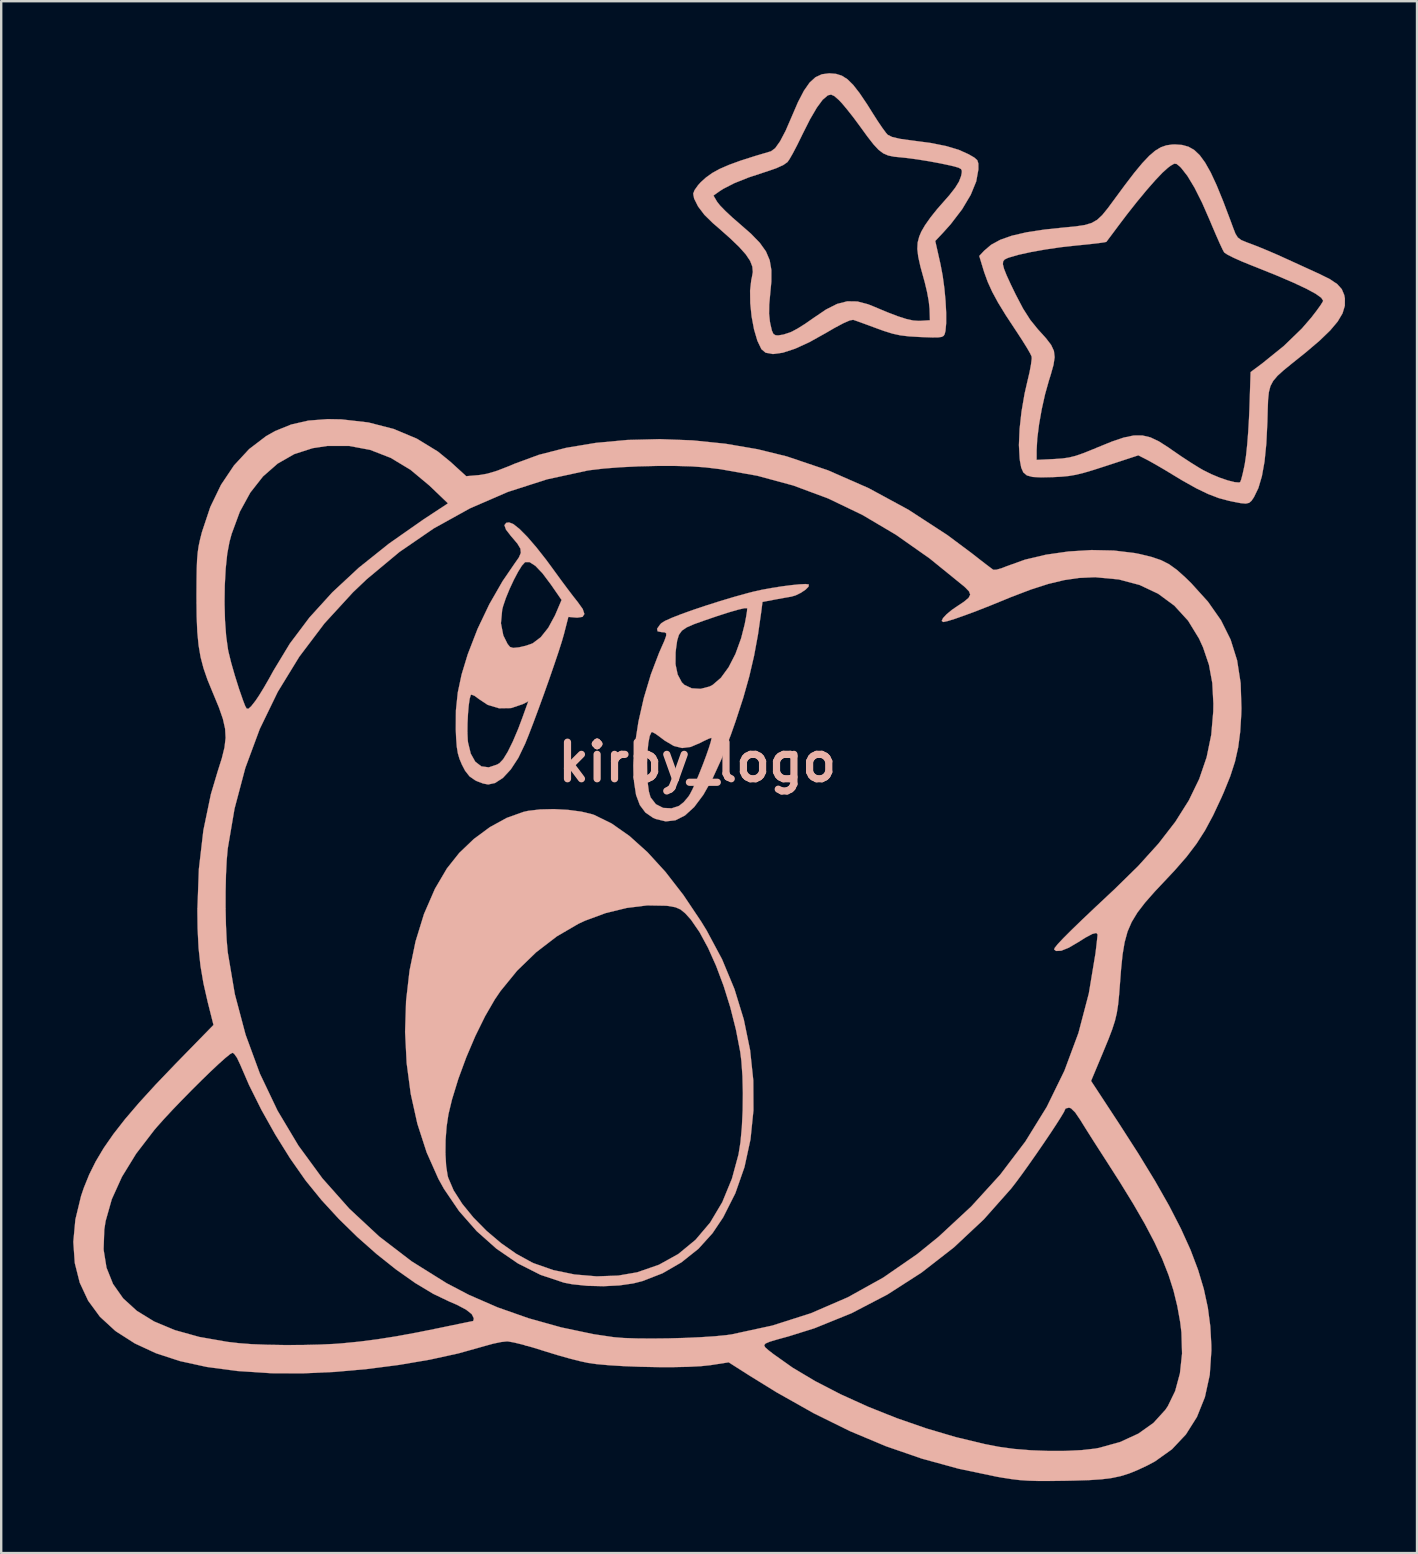
<source format=kicad_pcb>
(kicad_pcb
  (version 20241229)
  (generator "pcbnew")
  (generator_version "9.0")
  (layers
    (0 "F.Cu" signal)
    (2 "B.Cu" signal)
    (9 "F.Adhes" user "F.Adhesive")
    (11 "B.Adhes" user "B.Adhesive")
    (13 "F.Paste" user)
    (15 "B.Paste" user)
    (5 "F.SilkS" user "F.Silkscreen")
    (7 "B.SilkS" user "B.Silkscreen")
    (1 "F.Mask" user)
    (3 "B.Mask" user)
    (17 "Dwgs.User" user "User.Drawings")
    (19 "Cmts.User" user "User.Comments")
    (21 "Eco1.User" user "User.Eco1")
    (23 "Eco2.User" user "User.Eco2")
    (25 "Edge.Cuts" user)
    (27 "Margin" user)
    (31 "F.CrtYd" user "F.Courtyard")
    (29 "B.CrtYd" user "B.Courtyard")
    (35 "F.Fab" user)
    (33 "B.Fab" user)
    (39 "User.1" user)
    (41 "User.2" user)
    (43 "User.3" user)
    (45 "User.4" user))
  (footprint "kirby_logo"
    (layer "F.Cu")
    (at 26.001 28.707)
    (property "Reference" "kirby_logo" (at 0 0 0) (layer "B.SilkS") (effects (font (size 1.524 1.524) (thickness 0.3))))
    (attr through_hole)
    (fp_poly (pts (xy -5.383 1.986) (xy -4.831 2.059) (xy -4.376 2.169) (xy -4.292 2.198) (xy -3.566 2.555) (xy -2.826 3.074) (xy -2.076 3.748) (xy -1.325 4.57) (xy -0.577 5.535) (xy 0.161 6.636) (xy 0.391 7.011) (xy 1.034 8.212) (xy 1.55 9.453) (xy 1.939 10.718) (xy 2.201 11.992) (xy 2.335 13.259) (xy 2.341 14.505) (xy 2.218 15.714) (xy 1.967 16.871) (xy 1.586 17.96) (xy 1.077 18.967) (xy 0.635 19.625) (xy 0.049 20.273) (xy -0.658 20.837) (xy -1.448 21.294) (xy -2.285 21.619) (xy -2.667 21.716) (xy -3.244 21.799) (xy -3.905 21.832) (xy -4.582 21.816) (xy -5.208 21.751) (xy -5.555 21.684) (xy -6.527 21.36) (xy -7.47 20.884) (xy -8.364 20.272) (xy -9.189 19.538) (xy -9.926 18.7) (xy -10.555 17.774) (xy -10.786 17.357) (xy -11.254 16.304) (xy -10.492 16.304) (xy -10.463 16.818) (xy -10.399 17.231) (xy -10.377 17.311) (xy -10.151 17.839) (xy -9.792 18.401) (xy -9.326 18.972) (xy -8.779 19.526) (xy -8.175 20.038) (xy -7.541 20.483) (xy -6.903 20.834) (xy -6.81 20.877) (xy -6 21.161) (xy -5.11 21.344) (xy -4.191 21.422) (xy -3.294 21.39) (xy -2.507 21.254) (xy -1.597 20.939) (xy -0.786 20.488) (xy -0.074 19.901) (xy 0.537 19.181) (xy 1.043 18.33) (xy 1.445 17.351) (xy 1.719 16.342) (xy 1.8 15.835) (xy 1.858 15.208) (xy 1.892 14.509) (xy 1.9 13.785) (xy 1.883 13.084) (xy 1.839 12.453) (xy 1.79 12.065) (xy 1.61 11.135) (xy 1.377 10.213) (xy 1.099 9.322) (xy 0.786 8.487) (xy 0.449 7.733) (xy 0.096 7.082) (xy -0.263 6.56) (xy -0.499 6.298) (xy -0.694 6.138) (xy -0.907 6.044) (xy -1.206 5.99) (xy -1.298 5.98) (xy -2.086 5.966) (xy -2.94 6.072) (xy -3.816 6.286) (xy -4.669 6.601) (xy -4.953 6.733) (xy -5.85 7.256) (xy -6.712 7.918) (xy -7.506 8.687) (xy -8.197 9.534) (xy -8.434 9.882) (xy -8.841 10.585) (xy -9.245 11.405) (xy -9.623 12.292) (xy -9.955 13.193) (xy -10.22 14.058) (xy -10.366 14.665) (xy -10.443 15.176) (xy -10.486 15.739) (xy -10.492 16.304) (xy -11.254 16.304) (xy -11.277 16.251) (xy -11.661 15.065) (xy -11.938 13.819) (xy -12.108 12.536) (xy -12.173 11.237) (xy -12.132 9.944) (xy -11.987 8.68) (xy -11.737 7.465) (xy -11.385 6.323) (xy -10.929 5.274) (xy -10.432 4.429) (xy -9.918 3.781) (xy -9.309 3.199) (xy -8.64 2.705) (xy -7.941 2.321) (xy -7.244 2.071) (xy -7.048 2.027) (xy -6.548 1.967) (xy -5.974 1.954) (xy -5.383 1.986)) (stroke (width 0.01) (type solid)) (fill yes) (layer "B.SilkS"))
    (fp_poly (pts (xy -7.66 -9.92) (xy -7.403 -9.715) (xy -7.08 -9.389) (xy -6.703 -8.952) (xy -6.282 -8.416) (xy -5.971 -7.992) (xy -5.691 -7.607) (xy -5.412 -7.232) (xy -5.167 -6.91) (xy -4.987 -6.682) (xy -4.982 -6.676) (xy -4.771 -6.381) (xy -4.703 -6.175) (xy -4.778 -6.056) (xy -4.996 -6.023) (xy -5.067 -6.027) (xy -5.37 -6.054) (xy -5.555 -5.334) (xy -5.644 -5.025) (xy -5.783 -4.59) (xy -5.961 -4.062) (xy -6.165 -3.471) (xy -6.385 -2.851) (xy -6.61 -2.233) (xy -6.827 -1.649) (xy -7.026 -1.131) (xy -7.172 -0.77) (xy -7.455 -0.18) (xy -7.768 0.299) (xy -8.096 0.653) (xy -8.426 0.867) (xy -8.712 0.928) (xy -8.928 0.886) (xy -9.19 0.786) (xy -9.257 0.752) (xy -9.489 0.59) (xy -9.674 0.353) (xy -9.806 0.1) (xy -9.907 -0.14) (xy -9.975 -0.373) (xy -10.019 -0.644) (xy -10.046 -1.002) (xy -10.056 -1.242) (xy -9.576 -1.242) (xy -9.562 -0.925) (xy -9.552 -0.828) (xy -9.437 -0.356) (xy -9.248 -0.02) (xy -8.995 0.173) (xy -8.688 0.214) (xy -8.34 0.098) (xy -8.24 0.039) (xy -8.084 -0.127) (xy -7.895 -0.435) (xy -7.683 -0.865) (xy -7.458 -1.395) (xy -7.291 -1.84) (xy -7.04 -2.538) (xy -7.269 -2.419) (xy -7.758 -2.255) (xy -8.258 -2.247) (xy -8.735 -2.391) (xy -9.096 -2.631) (xy -9.277 -2.765) (xy -9.405 -2.815) (xy -9.435 -2.802) (xy -9.482 -2.646) (xy -9.522 -2.366) (xy -9.553 -2.008) (xy -9.572 -1.618) (xy -9.576 -1.242) (xy -10.056 -1.242) (xy -10.061 -1.37) (xy -10.055 -2.162) (xy -9.978 -2.903) (xy -9.818 -3.656) (xy -9.567 -4.482) (xy -9.561 -4.5) (xy -9.154 -5.552) (xy -9.041 -5.789) (xy -8.18 -5.789) (xy -8.081 -5.283) (xy -7.903 -4.925) (xy -7.8 -4.802) (xy -7.668 -4.762) (xy -7.44 -4.785) (xy -7.423 -4.787) (xy -7.139 -4.853) (xy -6.888 -4.941) (xy -6.849 -4.959) (xy -6.52 -5.208) (xy -6.207 -5.602) (xy -5.929 -6.114) (xy -5.891 -6.201) (xy -5.653 -6.76) (xy -6.099 -7.405) (xy -6.446 -7.868) (xy -6.742 -8.179) (xy -6.983 -8.335) (xy -7.167 -8.335) (xy -7.182 -8.326) (xy -7.305 -8.191) (xy -7.465 -7.935) (xy -7.642 -7.599) (xy -7.818 -7.222) (xy -7.973 -6.845) (xy -8.088 -6.506) (xy -8.127 -6.355) (xy -8.18 -5.789) (xy -9.041 -5.789) (xy -8.662 -6.584) (xy -8.111 -7.544) (xy -7.61 -8.276) (xy -7.433 -8.529) (xy -7.35 -8.722) (xy -7.369 -8.9) (xy -7.494 -9.108) (xy -7.731 -9.388) (xy -7.759 -9.419) (xy -7.969 -9.691) (xy -8.035 -9.876) (xy -7.958 -9.974) (xy -7.841 -9.991) (xy -7.66 -9.92)) (stroke (width 0.01) (type solid)) (fill yes) (layer "B.SilkS"))
    (fp_poly (pts (xy 4.642 -7.407) (xy 4.647 -7.403) (xy 4.637 -7.315) (xy 4.513 -7.19) (xy 4.319 -7.059) (xy 4.096 -6.95) (xy 3.915 -6.898) (xy 3.637 -6.85) (xy 3.3 -6.789) (xy 3.158 -6.762) (xy 2.718 -6.678) (xy 2.668 -6.281) (xy 2.531 -5.323) (xy 2.368 -4.437) (xy 2.167 -3.574) (xy 1.917 -2.686) (xy 1.604 -1.725) (xy 1.399 -1.141) (xy 1.014 -0.143) (xy 0.633 0.689) (xy 0.253 1.359) (xy -0.128 1.868) (xy -0.514 2.22) (xy -0.908 2.419) (xy -1.312 2.466) (xy -1.729 2.366) (xy -1.844 2.315) (xy -2.16 2.097) (xy -2.392 1.787) (xy -2.549 1.367) (xy -2.634 0.822) (xy -2.656 0.135) (xy -2.656 0.127) (xy -2.648 0.012) (xy -2.092 0.012) (xy -2.088 0.456) (xy -2.063 0.871) (xy -2.016 1.219) (xy -1.947 1.461) (xy -1.944 1.466) (xy -1.725 1.749) (xy -1.421 1.904) (xy -1.068 1.921) (xy -0.761 1.82) (xy -0.568 1.668) (xy -0.371 1.436) (xy -0.305 1.333) (xy -0.195 1.121) (xy -0.061 0.822) (xy 0.086 0.469) (xy 0.235 0.093) (xy 0.372 -0.273) (xy 0.485 -0.598) (xy 0.563 -0.848) (xy 0.594 -0.993) (xy 0.586 -1.016) (xy 0.478 -0.979) (xy 0.274 -0.884) (xy 0.119 -0.804) (xy -0.278 -0.635) (xy -0.631 -0.591) (xy -0.978 -0.678) (xy -1.358 -0.902) (xy -1.545 -1.044) (xy -1.738 -1.184) (xy -1.873 -1.255) (xy -1.905 -1.256) (xy -1.981 -1.093) (xy -2.038 -0.801) (xy -2.075 -0.42) (xy -2.092 0.012) (xy -2.648 0.012) (xy -2.598 -0.741) (xy -2.45 -1.694) (xy -2.225 -2.682) (xy -1.934 -3.654) (xy -1.773 -4.079) (xy -0.906 -4.079) (xy -0.816 -3.653) (xy -0.644 -3.329) (xy -0.537 -3.222) (xy -0.229 -3.079) (xy 0.14 -3.057) (xy 0.513 -3.154) (xy 0.647 -3.225) (xy 0.988 -3.52) (xy 1.307 -3.958) (xy 1.592 -4.514) (xy 1.828 -5.164) (xy 1.978 -5.754) (xy 2.036 -6.059) (xy 2.073 -6.292) (xy 2.081 -6.41) (xy 2.079 -6.416) (xy 1.971 -6.417) (xy 1.719 -6.36) (xy 1.335 -6.25) (xy 0.834 -6.089) (xy 0.323 -5.915) (xy -0.122 -5.756) (xy -0.434 -5.621) (xy -0.639 -5.482) (xy -0.764 -5.308) (xy -0.837 -5.069) (xy -0.884 -4.737) (xy -0.902 -4.572) (xy -0.906 -4.079) (xy -1.773 -4.079) (xy -1.589 -4.561) (xy -1.514 -4.732) (xy -1.37 -5.058) (xy -1.297 -5.26) (xy -1.293 -5.368) (xy -1.357 -5.411) (xy -1.482 -5.419) (xy -1.653 -5.454) (xy -1.674 -5.56) (xy -1.545 -5.742) (xy -1.494 -5.795) (xy -1.345 -5.888) (xy -1.059 -6.016) (xy -0.662 -6.171) (xy -0.179 -6.344) (xy 0.363 -6.526) (xy 0.939 -6.709) (xy 1.523 -6.884) (xy 2.088 -7.041) (xy 2.331 -7.104) (xy 2.684 -7.183) (xy 3.088 -7.257) (xy 3.509 -7.324) (xy 3.91 -7.376) (xy 4.257 -7.411) (xy 4.512 -7.423) (xy 4.642 -7.407)) (stroke (width 0.01) (type solid)) (fill yes) (layer "B.SilkS"))
    (fp_poly (pts (xy 5.779 -28.68) (xy 6.023 -28.604) (xy 6.256 -28.456) (xy 6.497 -28.219) (xy 6.764 -27.876) (xy 7.078 -27.41) (xy 7.304 -27.049) (xy 7.516 -26.716) (xy 7.713 -26.426) (xy 7.867 -26.218) (xy 7.935 -26.141) (xy 8.118 -26.05) (xy 8.455 -25.971) (xy 8.936 -25.905) (xy 9.728 -25.8) (xy 10.373 -25.671) (xy 10.894 -25.515) (xy 11.303 -25.331) (xy 11.542 -25.193) (xy 11.667 -25.083) (xy 11.712 -24.945) (xy 11.713 -24.727) (xy 11.713 -24.698) (xy 11.623 -24.199) (xy 11.394 -23.64) (xy 11.036 -23.039) (xy 10.558 -22.415) (xy 10.236 -22.056) (xy 9.916 -21.717) (xy 10.135 -20.743) (xy 10.225 -20.266) (xy 10.296 -19.745) (xy 10.345 -19.218) (xy 10.371 -18.722) (xy 10.371 -18.294) (xy 10.342 -17.971) (xy 10.307 -17.833) (xy 10.265 -17.764) (xy 10.187 -17.721) (xy 10.042 -17.7) (xy 9.799 -17.697) (xy 9.426 -17.71) (xy 9.291 -17.715) (xy 8.825 -17.742) (xy 8.462 -17.785) (xy 8.132 -17.857) (xy 7.769 -17.971) (xy 7.493 -18.071) (xy 7.128 -18.206) (xy 6.811 -18.322) (xy 6.583 -18.403) (xy 6.496 -18.432) (xy 6.355 -18.407) (xy 6.091 -18.292) (xy 5.719 -18.094) (xy 5.353 -17.881) (xy 4.673 -17.502) (xy 4.074 -17.228) (xy 3.565 -17.062) (xy 3.153 -17.006) (xy 2.848 -17.062) (xy 2.672 -17.21) (xy 2.504 -17.562) (xy 2.366 -18.031) (xy 2.265 -18.569) (xy 2.208 -19.125) (xy 2.201 -19.65) (xy 2.251 -20.094) (xy 2.274 -20.191) (xy 2.315 -20.424) (xy 2.295 -20.651) (xy 2.203 -20.888) (xy 2.026 -21.153) (xy 1.752 -21.461) (xy 1.37 -21.829) (xy 0.868 -22.274) (xy 0.646 -22.465) (xy 0.299 -22.805) (xy 0.033 -23.156) (xy -0.13 -23.482) (xy -0.154 -23.609) (xy 0.675 -23.609) (xy 0.825 -23.353) (xy 0.949 -23.196) (xy 1.173 -22.966) (xy 1.462 -22.696) (xy 1.734 -22.46) (xy 2.235 -22.022) (xy 2.606 -21.64) (xy 2.862 -21.282) (xy 3.018 -20.915) (xy 3.088 -20.507) (xy 3.087 -20.026) (xy 3.043 -19.554) (xy 2.998 -19.064) (xy 2.992 -18.684) (xy 3.027 -18.356) (xy 3.046 -18.255) (xy 3.109 -17.985) (xy 3.173 -17.843) (xy 3.265 -17.789) (xy 3.372 -17.782) (xy 3.592 -17.818) (xy 3.865 -17.907) (xy 3.943 -17.94) (xy 4.184 -18.07) (xy 4.493 -18.264) (xy 4.808 -18.483) (xy 4.832 -18.5) (xy 5.364 -18.861) (xy 5.826 -19.094) (xy 6.249 -19.203) (xy 6.668 -19.197) (xy 7.112 -19.081) (xy 7.324 -18.997) (xy 7.903 -18.754) (xy 8.357 -18.58) (xy 8.712 -18.466) (xy 8.995 -18.404) (xy 9.232 -18.387) (xy 9.307 -18.39) (xy 9.694 -18.415) (xy 9.679 -18.889) (xy 9.647 -19.196) (xy 9.575 -19.591) (xy 9.477 -20.002) (xy 9.447 -20.11) (xy 9.299 -20.647) (xy 9.207 -21.06) (xy 9.169 -21.383) (xy 9.183 -21.652) (xy 9.248 -21.9) (xy 9.337 -22.111) (xy 9.49 -22.374) (xy 9.723 -22.704) (xy 9.998 -23.048) (xy 10.15 -23.221) (xy 10.502 -23.621) (xy 10.748 -23.936) (xy 10.906 -24.193) (xy 10.993 -24.423) (xy 11.019 -24.551) (xy 11.024 -24.643) (xy 10.991 -24.712) (xy 10.891 -24.769) (xy 10.697 -24.826) (xy 10.381 -24.897) (xy 10.118 -24.952) (xy 9.65 -25.039) (xy 9.158 -25.118) (xy 8.713 -25.177) (xy 8.509 -25.198) (xy 8.201 -25.228) (xy 7.957 -25.278) (xy 7.751 -25.367) (xy 7.555 -25.515) (xy 7.343 -25.743) (xy 7.088 -26.071) (xy 6.775 -26.501) (xy 6.514 -26.854) (xy 6.254 -27.184) (xy 6.031 -27.451) (xy 5.902 -27.588) (xy 5.709 -27.756) (xy 5.575 -27.816) (xy 5.452 -27.788) (xy 5.431 -27.777) (xy 5.225 -27.601) (xy 4.982 -27.272) (xy 4.698 -26.786) (xy 4.372 -26.14) (xy 4.342 -26.077) (xy 4.159 -25.705) (xy 3.986 -25.374) (xy 3.842 -25.124) (xy 3.76 -25.005) (xy 3.589 -24.884) (xy 3.288 -24.747) (xy 2.892 -24.61) (xy 2.845 -24.596) (xy 2.14 -24.364) (xy 1.543 -24.125) (xy 1.081 -23.888) (xy 0.926 -23.788) (xy 0.675 -23.609) (xy -0.154 -23.609) (xy -0.169 -23.689) (xy -0.112 -23.837) (xy 0.033 -24.04) (xy 0.148 -24.167) (xy 0.372 -24.369) (xy 0.626 -24.55) (xy 0.933 -24.719) (xy 1.317 -24.886) (xy 1.799 -25.062) (xy 2.403 -25.255) (xy 3.072 -25.454) (xy 3.246 -25.582) (xy 3.45 -25.869) (xy 3.682 -26.31) (xy 3.93 -26.883) (xy 4.198 -27.504) (xy 4.444 -27.977) (xy 4.682 -28.317) (xy 4.927 -28.54) (xy 5.193 -28.663) (xy 5.494 -28.702) (xy 5.506 -28.702) (xy 5.779 -28.68)) (stroke (width 0.01) (type solid)) (fill yes) (layer "B.SilkS"))
    (fp_poly (pts (xy 20.204 -25.717) (xy 20.466 -25.644) (xy 20.707 -25.507) (xy 20.935 -25.291) (xy 21.16 -24.983) (xy 21.392 -24.571) (xy 21.639 -24.04) (xy 21.91 -23.377) (xy 22.216 -22.569) (xy 22.327 -22.267) (xy 22.424 -22.018) (xy 22.522 -21.862) (xy 22.666 -21.755) (xy 22.904 -21.656) (xy 23.038 -21.607) (xy 23.354 -21.486) (xy 23.759 -21.319) (xy 24.19 -21.133) (xy 24.426 -21.026) (xy 24.863 -20.827) (xy 25.329 -20.614) (xy 25.751 -20.421) (xy 25.925 -20.341) (xy 26.365 -20.122) (xy 26.666 -19.919) (xy 26.854 -19.709) (xy 26.956 -19.466) (xy 26.983 -19.326) (xy 26.981 -19.018) (xy 26.885 -18.702) (xy 26.685 -18.364) (xy 26.37 -17.99) (xy 25.929 -17.564) (xy 25.353 -17.074) (xy 25.246 -16.988) (xy 24.782 -16.617) (xy 24.43 -16.33) (xy 24.172 -16.096) (xy 23.995 -15.885) (xy 23.881 -15.67) (xy 23.816 -15.419) (xy 23.783 -15.104) (xy 23.768 -14.694) (xy 23.754 -14.177) (xy 23.71 -13.276) (xy 23.635 -12.527) (xy 23.525 -11.915) (xy 23.38 -11.425) (xy 23.195 -11.043) (xy 23.193 -11.04) (xy 23.094 -10.893) (xy 22.994 -10.807) (xy 22.854 -10.775) (xy 22.639 -10.794) (xy 22.309 -10.858) (xy 22.149 -10.892) (xy 21.726 -11.005) (xy 21.282 -11.175) (xy 20.787 -11.414) (xy 20.21 -11.738) (xy 19.812 -11.978) (xy 19.457 -12.193) (xy 19.111 -12.395) (xy 18.83 -12.553) (xy 18.734 -12.604) (xy 18.377 -12.786) (xy 17.041 -12.348) (xy 16.518 -12.179) (xy 16.112 -12.059) (xy 15.781 -11.977) (xy 15.484 -11.926) (xy 15.178 -11.896) (xy 14.822 -11.878) (xy 14.817 -11.878) (xy 14.324 -11.867) (xy 13.972 -11.885) (xy 13.736 -11.948) (xy 13.587 -12.071) (xy 13.499 -12.269) (xy 13.445 -12.556) (xy 13.432 -12.66) (xy 13.402 -13.215) (xy 13.43 -13.881) (xy 13.51 -14.609) (xy 13.637 -15.351) (xy 13.757 -15.875) (xy 13.845 -16.249) (xy 13.906 -16.576) (xy 13.935 -16.813) (xy 13.932 -16.899) (xy 13.87 -17.033) (xy 13.731 -17.274) (xy 13.534 -17.59) (xy 13.3 -17.949) (xy 13.257 -18.013) (xy 12.85 -18.631) (xy 12.533 -19.149) (xy 12.29 -19.598) (xy 12.103 -20.009) (xy 11.956 -20.413) (xy 11.925 -20.512) (xy 11.854 -20.748) (xy 12.733 -20.748) (xy 12.78 -20.561) (xy 12.889 -20.285) (xy 13.067 -19.898) (xy 13.266 -19.488) (xy 13.576 -18.897) (xy 13.876 -18.427) (xy 14.193 -18.036) (xy 14.22 -18.007) (xy 14.533 -17.661) (xy 14.744 -17.385) (xy 14.86 -17.136) (xy 14.89 -16.874) (xy 14.843 -16.556) (xy 14.727 -16.141) (xy 14.647 -15.887) (xy 14.491 -15.33) (xy 14.352 -14.706) (xy 14.24 -14.071) (xy 14.166 -13.484) (xy 14.14 -13.007) (xy 14.139 -12.595) (xy 14.88 -12.632) (xy 15.21 -12.655) (xy 15.489 -12.695) (xy 15.765 -12.764) (xy 16.085 -12.875) (xy 16.496 -13.04) (xy 16.663 -13.11) (xy 17.275 -13.359) (xy 17.771 -13.527) (xy 18.182 -13.612) (xy 18.54 -13.615) (xy 18.879 -13.535) (xy 19.23 -13.369) (xy 19.626 -13.117) (xy 19.78 -13.008) (xy 20.163 -12.745) (xy 20.566 -12.481) (xy 20.929 -12.256) (xy 21.085 -12.166) (xy 21.417 -12.001) (xy 21.77 -11.854) (xy 22.106 -11.74) (xy 22.388 -11.669) (xy 22.575 -11.654) (xy 22.621 -11.672) (xy 22.662 -11.775) (xy 22.722 -12.003) (xy 22.79 -12.313) (xy 22.816 -12.446) (xy 22.865 -12.776) (xy 22.913 -13.229) (xy 22.955 -13.76) (xy 22.988 -14.322) (xy 23.005 -14.71) (xy 23.055 -16.255) (xy 23.529 -16.608) (xy 24.435 -17.339) (xy 25.187 -18.066) (xy 25.585 -18.526) (xy 25.8 -18.805) (xy 25.967 -19.037) (xy 26.063 -19.19) (xy 26.077 -19.227) (xy 26 -19.35) (xy 25.767 -19.517) (xy 25.376 -19.729) (xy 24.827 -19.986) (xy 24.119 -20.289) (xy 23.249 -20.639) (xy 23.073 -20.708) (xy 22.681 -20.868) (xy 22.342 -21.02) (xy 22.09 -21.148) (xy 21.96 -21.235) (xy 21.954 -21.241) (xy 21.886 -21.365) (xy 21.769 -21.615) (xy 21.617 -21.959) (xy 21.443 -22.365) (xy 21.363 -22.557) (xy 21.032 -23.313) (xy 20.716 -23.941) (xy 20.421 -24.43) (xy 20.155 -24.769) (xy 20.084 -24.837) (xy 19.967 -24.928) (xy 19.868 -24.937) (xy 19.728 -24.855) (xy 19.607 -24.765) (xy 19.382 -24.562) (xy 19.079 -24.243) (xy 18.718 -23.831) (xy 18.319 -23.349) (xy 17.901 -22.819) (xy 17.611 -22.437) (xy 17.388 -22.138) (xy 17.204 -21.892) (xy 17.082 -21.73) (xy 17.045 -21.68) (xy 16.954 -21.66) (xy 16.726 -21.628) (xy 16.392 -21.589) (xy 15.983 -21.547) (xy 15.833 -21.533) (xy 15.17 -21.46) (xy 14.516 -21.365) (xy 13.91 -21.257) (xy 13.389 -21.143) (xy 12.992 -21.028) (xy 12.924 -21.003) (xy 12.81 -20.947) (xy 12.745 -20.87) (xy 12.733 -20.748) (xy 11.854 -20.748) (xy 11.749 -21.092) (xy 11.949 -21.307) (xy 12.242 -21.557) (xy 12.624 -21.766) (xy 13.112 -21.938) (xy 13.722 -22.079) (xy 14.47 -22.193) (xy 15.242 -22.274) (xy 15.756 -22.323) (xy 16.138 -22.38) (xy 16.427 -22.465) (xy 16.66 -22.597) (xy 16.875 -22.798) (xy 17.109 -23.086) (xy 17.335 -23.392) (xy 17.811 -24.038) (xy 18.208 -24.557) (xy 18.543 -24.961) (xy 18.829 -25.264) (xy 19.081 -25.479) (xy 19.314 -25.62) (xy 19.544 -25.701) (xy 19.784 -25.735) (xy 19.91 -25.739) (xy 20.204 -25.717)) (stroke (width 0.01) (type solid)) (fill yes) (layer "B.SilkS"))
    (fp_poly (pts (xy -14.823 -14.284) (xy -13.705 -14.156) (xy -12.653 -13.886) (xy -11.683 -13.48) (xy -10.806 -12.943) (xy -10.282 -12.515) (xy -9.626 -11.917) (xy -9.11 -11.961) (xy -8.757 -12.019) (xy -8.337 -12.144) (xy -7.818 -12.346) (xy -7.619 -12.432) (xy -6.6 -12.807) (xy -5.46 -13.099) (xy -4.223 -13.305) (xy -2.915 -13.426) (xy -1.562 -13.461) (xy -0.19 -13.409) (xy 1.175 -13.269) (xy 2.509 -13.041) (xy 3.73 -12.741) (xy 5.446 -12.162) (xy 7.139 -11.419) (xy 8.8 -10.518) (xy 10.42 -9.464) (xy 11.433 -8.709) (xy 11.754 -8.458) (xy 12.031 -8.244) (xy 12.235 -8.09) (xy 12.334 -8.018) (xy 12.456 -8.019) (xy 12.677 -8.081) (xy 12.899 -8.168) (xy 13.658 -8.44) (xy 14.529 -8.646) (xy 15.467 -8.78) (xy 16.425 -8.839) (xy 17.358 -8.819) (xy 18.221 -8.715) (xy 18.443 -8.671) (xy 18.933 -8.551) (xy 19.322 -8.419) (xy 19.657 -8.249) (xy 19.982 -8.015) (xy 20.344 -7.69) (xy 20.581 -7.458) (xy 21.276 -6.691) (xy 21.82 -5.916) (xy 22.222 -5.108) (xy 22.493 -4.243) (xy 22.64 -3.297) (xy 22.673 -2.247) (xy 22.666 -1.998) (xy 22.621 -1.262) (xy 22.538 -0.624) (xy 22.405 -0.027) (xy 22.208 0.583) (xy 21.933 1.262) (xy 21.84 1.472) (xy 21.493 2.214) (xy 21.156 2.841) (xy 20.799 3.399) (xy 20.389 3.938) (xy 19.894 4.505) (xy 19.583 4.836) (xy 19.064 5.388) (xy 18.654 5.854) (xy 18.337 6.267) (xy 18.1 6.658) (xy 17.927 7.058) (xy 17.806 7.5) (xy 17.72 8.014) (xy 17.657 8.633) (xy 17.618 9.144) (xy 17.577 9.675) (xy 17.535 10.096) (xy 17.48 10.45) (xy 17.402 10.779) (xy 17.29 11.126) (xy 17.135 11.534) (xy 16.924 12.046) (xy 16.875 12.164) (xy 16.408 13.28) (xy 17.592 15.085) (xy 18.387 16.323) (xy 19.074 17.449) (xy 19.66 18.481) (xy 20.149 19.431) (xy 20.55 20.316) (xy 20.866 21.15) (xy 21.105 21.948) (xy 21.273 22.726) (xy 21.375 23.497) (xy 21.418 24.276) (xy 21.421 24.509) (xy 21.353 25.526) (xy 21.151 26.452) (xy 20.818 27.282) (xy 20.359 28.009) (xy 19.777 28.627) (xy 19.074 29.129) (xy 18.77 29.292) (xy 18.36 29.485) (xy 17.996 29.634) (xy 17.644 29.744) (xy 17.272 29.823) (xy 16.845 29.877) (xy 16.333 29.911) (xy 15.7 29.931) (xy 15.325 29.939) (xy 14.697 29.947) (xy 14.2 29.947) (xy 13.791 29.935) (xy 13.433 29.91) (xy 13.085 29.868) (xy 12.706 29.809) (xy 12.488 29.771) (xy 10.893 29.437) (xy 9.357 29.016) (xy 7.855 28.497) (xy 6.362 27.87) (xy 4.852 27.125) (xy 3.3 26.25) (xy 2.2 25.571) (xy 1.309 25.004) (xy 0.549 25.122) (xy 0.151 25.164) (xy -0.378 25.191) (xy -1 25.204) (xy -1.679 25.203) (xy -2.376 25.189) (xy -3.055 25.163) (xy -3.677 25.125) (xy -4.205 25.077) (xy -4.538 25.03) (xy -4.879 24.957) (xy -5.326 24.843) (xy -5.826 24.702) (xy -6.325 24.549) (xy -6.417 24.52) (xy -6.867 24.38) (xy -7.183 24.291) (xy 2.787 24.291) (xy 2.831 24.38) (xy 2.967 24.5) (xy 3.169 24.657) (xy 3.972 25.226) (xy 4.916 25.789) (xy 5.973 26.335) (xy 7.115 26.853) (xy 8.315 27.331) (xy 9.543 27.757) (xy 10.772 28.12) (xy 11.974 28.409) (xy 12.573 28.525) (xy 13.198 28.611) (xy 13.901 28.668) (xy 14.636 28.696) (xy 15.358 28.694) (xy 16.021 28.661) (xy 16.579 28.598) (xy 16.741 28.568) (xy 17.623 28.322) (xy 18.381 27.973) (xy 19.009 27.526) (xy 19.502 26.984) (xy 19.607 26.828) (xy 19.912 26.199) (xy 20.111 25.461) (xy 20.199 24.638) (xy 20.173 23.755) (xy 20.121 23.326) (xy 20.001 22.66) (xy 19.843 22.013) (xy 19.637 21.368) (xy 19.376 20.703) (xy 19.049 20) (xy 18.65 19.24) (xy 18.167 18.403) (xy 17.593 17.47) (xy 17.06 16.637) (xy 16.773 16.192) (xy 16.491 15.752) (xy 16.239 15.354) (xy 16.042 15.039) (xy 15.971 14.922) (xy 15.747 14.592) (xy 15.572 14.421) (xy 15.488 14.393) (xy 15.354 14.426) (xy 15.325 14.468) (xy 15.278 14.573) (xy 15.148 14.791) (xy 14.952 15.099) (xy 14.706 15.473) (xy 14.425 15.889) (xy 14.127 16.322) (xy 13.827 16.75) (xy 13.542 17.149) (xy 13.288 17.493) (xy 13.081 17.761) (xy 13.075 17.768) (xy 11.941 19.046) (xy 10.694 20.214) (xy 9.349 21.261) (xy 7.922 22.179) (xy 6.429 22.957) (xy 4.883 23.584) (xy 3.81 23.92) (xy 3.346 24.047) (xy 3.031 24.141) (xy 2.849 24.217) (xy 2.787 24.291) (xy -7.183 24.291) (xy -7.286 24.262) (xy -7.637 24.177) (xy -7.88 24.134) (xy -7.932 24.131) (xy -8.173 24.158) (xy -8.505 24.227) (xy -8.86 24.325) (xy -8.89 24.334) (xy -9.957 24.633) (xy -11.151 24.894) (xy -12.432 25.112) (xy -13.759 25.283) (xy -15.094 25.402) (xy -16.396 25.462) (xy -17.626 25.461) (xy -17.78 25.456) (xy -19.179 25.364) (xy -20.435 25.196) (xy -21.556 24.951) (xy -22.552 24.625) (xy -23.432 24.217) (xy -24.206 23.722) (xy -24.257 23.684) (xy -24.887 23.105) (xy -25.378 22.436) (xy -25.728 21.687) (xy -25.935 20.866) (xy -25.974 20.306) (xy -24.735 20.306) (xy -24.613 21.062) (xy -24.342 21.739) (xy -23.921 22.338) (xy -23.351 22.858) (xy -22.632 23.3) (xy -21.764 23.663) (xy -20.747 23.946) (xy -19.582 24.15) (xy -19.092 24.207) (xy -18.564 24.247) (xy -17.916 24.272) (xy -17.196 24.284) (xy -16.454 24.282) (xy -15.737 24.265) (xy -15.095 24.235) (xy -14.817 24.214) (xy -14.068 24.14) (xy -13.321 24.043) (xy -12.534 23.919) (xy -11.665 23.759) (xy -10.755 23.575) (xy -10.293 23.479) (xy -9.893 23.396) (xy -9.582 23.332) (xy -9.389 23.293) (xy -9.337 23.283) (xy -9.316 23.215) (xy -9.313 23.162) (xy -9.395 22.997) (xy -9.633 22.808) (xy -10.017 22.605) (xy -10.308 22.481) (xy -10.999 22.151) (xy -11.754 21.697) (xy -12.548 21.137) (xy -13.359 20.492) (xy -14.163 19.781) (xy -14.936 19.025) (xy -15.655 18.243) (xy -16.296 17.455) (xy -16.338 17.399) (xy -16.964 16.505) (xy -17.582 15.513) (xy -18.163 14.476) (xy -18.675 13.449) (xy -19.045 12.594) (xy -19.176 12.316) (xy -19.298 12.145) (xy -19.366 12.107) (xy -19.47 12.166) (xy -19.671 12.33) (xy -19.951 12.581) (xy -20.29 12.9) (xy -20.669 13.268) (xy -21.071 13.668) (xy -21.476 14.081) (xy -21.866 14.487) (xy -22.222 14.87) (xy -22.525 15.21) (xy -22.623 15.325) (xy -23.38 16.312) (xy -23.97 17.273) (xy -24.393 18.207) (xy -24.65 19.114) (xy -24.706 19.473) (xy -24.735 20.306) (xy -25.974 20.306) (xy -25.996 19.985) (xy -25.91 19.052) (xy -25.674 18.076) (xy -25.559 17.735) (xy -25.335 17.182) (xy -25.063 16.635) (xy -24.731 16.077) (xy -24.326 15.494) (xy -23.838 14.869) (xy -23.253 14.185) (xy -22.561 13.427) (xy -21.75 12.58) (xy -21.72 12.549) (xy -20.156 10.947) (xy -20.399 9.982) (xy -20.573 9.218) (xy -20.697 8.49) (xy -20.777 7.744) (xy -20.818 6.928) (xy -20.828 6.18) (xy -20.825 6.094) (xy -19.652 6.094) (xy -19.637 6.783) (xy -19.608 7.402) (xy -19.564 7.905) (xy -19.563 7.916) (xy -19.267 9.665) (xy -18.819 11.353) (xy -18.224 12.973) (xy -17.488 14.517) (xy -16.617 15.975) (xy -15.617 17.341) (xy -14.494 18.605) (xy -13.252 19.761) (xy -11.898 20.798) (xy -10.438 21.71) (xy -9.513 22.194) (xy -8.322 22.713) (xy -7.022 23.17) (xy -5.669 23.548) (xy -4.319 23.832) (xy -3.471 23.957) (xy -3.062 23.99) (xy -2.524 24.008) (xy -1.895 24.013) (xy -1.216 24.006) (xy -0.525 23.987) (xy 0.137 23.957) (xy 0.733 23.918) (xy 1.221 23.87) (xy 1.439 23.838) (xy 3.128 23.472) (xy 4.738 22.958) (xy 6.275 22.293) (xy 7.747 21.474) (xy 9.16 20.498) (xy 10.052 19.775) (xy 11.416 18.509) (xy 12.621 17.187) (xy 13.669 15.806) (xy 14.561 14.363) (xy 15.297 12.856) (xy 15.882 11.282) (xy 16.314 9.637) (xy 16.592 7.961) (xy 16.632 7.627) (xy 16.662 7.359) (xy 16.678 7.2) (xy 16.679 7.178) (xy 16.626 7.114) (xy 16.463 7.155) (xy 16.184 7.302) (xy 15.88 7.493) (xy 15.477 7.73) (xy 15.164 7.855) (xy 14.951 7.865) (xy 14.868 7.804) (xy 14.896 7.732) (xy 15.022 7.576) (xy 15.252 7.332) (xy 15.589 6.995) (xy 16.038 6.56) (xy 16.605 6.023) (xy 17.293 5.378) (xy 17.37 5.307) (xy 18.369 4.328) (xy 19.216 3.392) (xy 19.918 2.484) (xy 20.481 1.591) (xy 20.914 0.698) (xy 21.223 -0.207) (xy 21.415 -1.139) (xy 21.499 -2.11) (xy 21.504 -2.444) (xy 21.459 -3.299) (xy 21.319 -4.061) (xy 21.073 -4.786) (xy 20.906 -5.152) (xy 20.449 -5.898) (xy 19.878 -6.522) (xy 19.202 -7.02) (xy 18.428 -7.385) (xy 17.563 -7.615) (xy 16.617 -7.704) (xy 16.503 -7.705) (xy 15.901 -7.677) (xy 15.286 -7.587) (xy 14.628 -7.429) (xy 13.897 -7.194) (xy 13.063 -6.876) (xy 12.809 -6.771) (xy 12.211 -6.527) (xy 11.651 -6.307) (xy 11.152 -6.121) (xy 10.738 -5.975) (xy 10.432 -5.88) (xy 10.256 -5.842) (xy 10.248 -5.842) (xy 10.185 -5.886) (xy 10.239 -6.003) (xy 10.39 -6.166) (xy 10.616 -6.352) (xy 10.776 -6.462) (xy 11.108 -6.683) (xy 11.304 -6.846) (xy 11.373 -6.981) (xy 11.325 -7.115) (xy 11.171 -7.276) (xy 11.09 -7.347) (xy 9.679 -8.492) (xy 8.279 -9.476) (xy 6.876 -10.306) (xy 5.456 -10.988) (xy 4.004 -11.528) (xy 2.507 -11.934) (xy 0.951 -12.211) (xy 0.342 -12.284) (xy -0.228 -12.325) (xy -0.913 -12.345) (xy -1.668 -12.345) (xy -2.446 -12.326) (xy -3.203 -12.289) (xy -3.891 -12.236) (xy -4.467 -12.168) (xy -4.572 -12.152) (xy -6.259 -11.786) (xy -7.892 -11.261) (xy -9.466 -10.579) (xy -10.973 -9.745) (xy -12.408 -8.76) (xy -13.765 -7.63) (xy -14.345 -7.078) (xy -15.534 -5.782) (xy -16.579 -4.399) (xy -17.478 -2.932) (xy -18.229 -1.384) (xy -18.83 0.239) (xy -19.279 1.934) (xy -19.562 3.598) (xy -19.606 4.088) (xy -19.636 4.699) (xy -19.651 5.384) (xy -19.652 6.094) (xy -20.825 6.094) (xy -20.765 4.451) (xy -20.577 2.835) (xy -20.264 1.331) (xy -19.981 0.381) (xy -19.808 -0.165) (xy -19.697 -0.616) (xy -19.651 -1.013) (xy -19.672 -1.396) (xy -19.764 -1.804) (xy -19.929 -2.279) (xy -20.169 -2.859) (xy -20.195 -2.921) (xy -20.407 -3.438) (xy -20.571 -3.913) (xy -20.693 -4.379) (xy -20.777 -4.871) (xy -20.83 -5.423) (xy -20.857 -6.069) (xy -20.863 -6.634) (xy -19.696 -6.634) (xy -19.677 -5.916) (xy -19.629 -5.257) (xy -19.552 -4.701) (xy -19.53 -4.592) (xy -19.418 -4.139) (xy -19.265 -3.606) (xy -19.094 -3.062) (xy -18.925 -2.575) (xy -18.838 -2.349) (xy -18.776 -2.237) (xy -18.7 -2.227) (xy -18.584 -2.332) (xy -18.403 -2.564) (xy -18.254 -2.785) (xy -18.055 -3.11) (xy -17.835 -3.492) (xy -17.658 -3.813) (xy -16.976 -4.94) (xy -16.16 -6.026) (xy -15.204 -7.078) (xy -14.101 -8.104) (xy -12.843 -9.109) (xy -11.424 -10.103) (xy -11.395 -10.122) (xy -10.386 -10.785) (xy -11.159 -11.525) (xy -11.95 -12.185) (xy -12.774 -12.681) (xy -13.628 -13.013) (xy -14.508 -13.178) (xy -15.412 -13.177) (xy -16.025 -13.084) (xy -16.789 -12.838) (xy -17.481 -12.443) (xy -18.094 -11.906) (xy -18.622 -11.234) (xy -19.06 -10.434) (xy -19.4 -9.512) (xy -19.489 -9.186) (xy -19.583 -8.686) (xy -19.648 -8.064) (xy -19.686 -7.365) (xy -19.696 -6.634) (xy -20.863 -6.634) (xy -20.865 -6.845) (xy -20.865 -6.985) (xy -20.861 -7.594) (xy -20.854 -8.067) (xy -20.839 -8.436) (xy -20.814 -8.735) (xy -20.776 -8.997) (xy -20.722 -9.254) (xy -20.65 -9.54) (xy -20.634 -9.599) (xy -20.289 -10.633) (xy -19.841 -11.56) (xy -19.299 -12.368) (xy -18.67 -13.047) (xy -17.962 -13.587) (xy -17.586 -13.799) (xy -16.921 -14.069) (xy -16.203 -14.233) (xy -15.399 -14.295) (xy -14.823 -14.284)) (stroke (width 0.01) (type solid)) (fill yes) (layer "B.SilkS")))
  (gr_rect
    (start -3 -3)
    (end 55.989 61.659)
    (stroke (width 0.1) (type default))
    (fill no)
    (layer "Edge.Cuts")))
</source>
